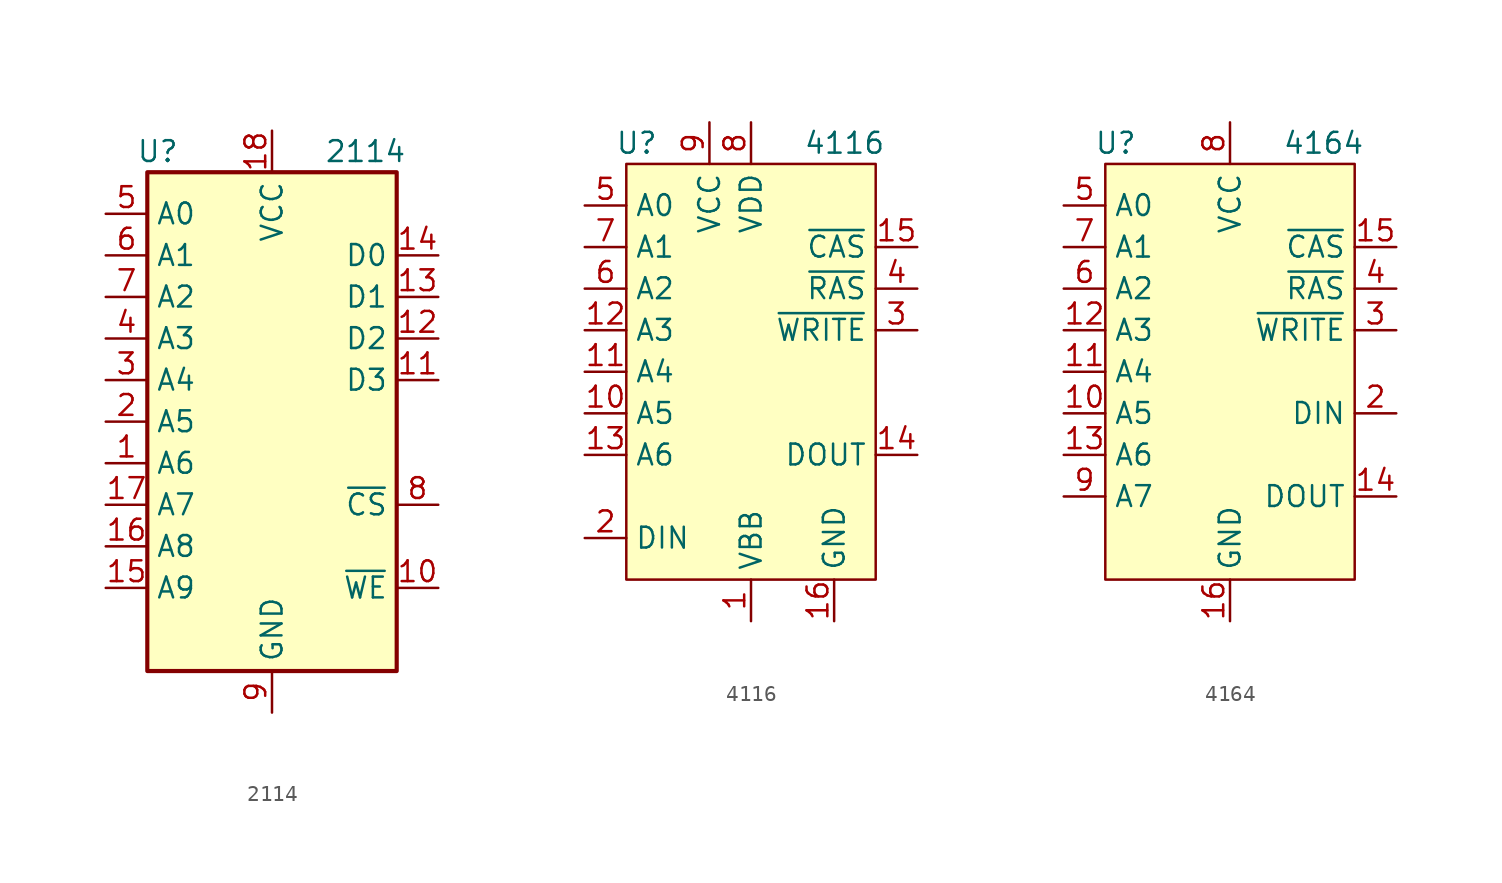
<source format=kicad_sym>
(kicad_symbol_lib
  (version 20220914)
  (generator kicad_symbol_editor)
  (symbol "2114"
    (property "Reference" "U"
      (at -6.985 16.51 0)
      (effects (font (size 1.27 1.27))))
    (property "Value" "2114"
      (at 5.715 16.51 0)
      (effects (font (size 1.27 1.27))))
    (symbol "2114_0_1"
      (rectangle (start -7.62 15.24) (end 7.62 -15.24) (stroke (width 0.254) (type solid)) (fill (type background))))
    (symbol "2114_1_1"
      (pin input line (at -10.16 -2.54 0) (length 2.54) (name "A6" (effects (font (size 1.27 1.27)))) (number "1" (effects (font (size 1.27 1.27)))))
      (pin input line (at 10.16 -10.16 180) (length 2.54) (name "~{WE}" (effects (font (size 1.27 1.27)))) (number "10" (effects (font (size 1.27 1.27)))))
      (pin bidirectional line (at 10.16 2.54 180) (length 2.54) (name "D3" (effects (font (size 1.27 1.27)))) (number "11" (effects (font (size 1.27 1.27)))))
      (pin bidirectional line (at 10.16 5.08 180) (length 2.54) (name "D2" (effects (font (size 1.27 1.27)))) (number "12" (effects (font (size 1.27 1.27)))))
      (pin bidirectional line (at 10.16 7.62 180) (length 2.54) (name "D1" (effects (font (size 1.27 1.27)))) (number "13" (effects (font (size 1.27 1.27)))))
      (pin bidirectional line (at 10.16 10.16 180) (length 2.54) (name "D0" (effects (font (size 1.27 1.27)))) (number "14" (effects (font (size 1.27 1.27)))))
      (pin input line (at -10.16 -10.16 0) (length 2.54) (name "A9" (effects (font (size 1.27 1.27)))) (number "15" (effects (font (size 1.27 1.27)))))
      (pin input line (at -10.16 -7.62 0) (length 2.54) (name "A8" (effects (font (size 1.27 1.27)))) (number "16" (effects (font (size 1.27 1.27)))))
      (pin input line (at -10.16 -5.08 0) (length 2.54) (name "A7" (effects (font (size 1.27 1.27)))) (number "17" (effects (font (size 1.27 1.27)))))
      (pin power_in line (at 0 17.78 270) (length 2.54) (name "VCC" (effects (font (size 1.27 1.27)))) (number "18" (effects (font (size 1.27 1.27)))))
      (pin input line (at -10.16 0 0) (length 2.54) (name "A5" (effects (font (size 1.27 1.27)))) (number "2" (effects (font (size 1.27 1.27)))))
      (pin input line (at -10.16 2.54 0) (length 2.54) (name "A4" (effects (font (size 1.27 1.27)))) (number "3" (effects (font (size 1.27 1.27)))))
      (pin input line (at -10.16 5.08 0) (length 2.54) (name "A3" (effects (font (size 1.27 1.27)))) (number "4" (effects (font (size 1.27 1.27)))))
      (pin input line (at -10.16 12.7 0) (length 2.54) (name "A0" (effects (font (size 1.27 1.27)))) (number "5" (effects (font (size 1.27 1.27)))))
      (pin input line (at -10.16 10.16 0) (length 2.54) (name "A1" (effects (font (size 1.27 1.27)))) (number "6" (effects (font (size 1.27 1.27)))))
      (pin input line (at -10.16 7.62 0) (length 2.54) (name "A2" (effects (font (size 1.27 1.27)))) (number "7" (effects (font (size 1.27 1.27)))))
      (pin input line (at 10.16 -5.08 180) (length 2.54) (name "~{CS}" (effects (font (size 1.27 1.27)))) (number "8" (effects (font (size 1.27 1.27)))))
      (pin power_in line (at 0 -17.78 90) (length 2.54) (name "GND" (effects (font (size 1.27 1.27)))) (number "9" (effects (font (size 1.27 1.27)))))))
  (symbol "4116"
    (property "Reference" "U"
      (at -6.985 13.97 0)
      (effects (font (size 1.27 1.27))))
    (property "Value" "4116"
      (at 5.715 13.97 0)
      (effects (font (size 1.27 1.27))))
    (symbol "4116_0_1"
      (rectangle (start -7.62 12.7) (end 7.62 -12.7) (stroke (width 0) (type solid)) (fill (type background))))
    (symbol "4116_1_1"
      (pin power_in line (at 0 -15.24 90) (length 2.54) (name "VBB" (effects (font (size 1.27 1.27)))) (number "1" (effects (font (size 1.27 1.27)))))
      (pin input line (at -10.16 -2.54 0) (length 2.54) (name "A5" (effects (font (size 1.27 1.27)))) (number "10" (effects (font (size 1.27 1.27)))))
      (pin input line (at -10.16 0 0) (length 2.54) (name "A4" (effects (font (size 1.27 1.27)))) (number "11" (effects (font (size 1.27 1.27)))))
      (pin input line (at -10.16 2.54 0) (length 2.54) (name "A3" (effects (font (size 1.27 1.27)))) (number "12" (effects (font (size 1.27 1.27)))))
      (pin input line (at -10.16 -5.08 0) (length 2.54) (name "A6" (effects (font (size 1.27 1.27)))) (number "13" (effects (font (size 1.27 1.27)))))
      (pin output line (at 10.16 -5.08 180) (length 2.54) (name "DOUT" (effects (font (size 1.27 1.27)))) (number "14" (effects (font (size 1.27 1.27)))))
      (pin input line (at 10.16 7.62 180) (length 2.54) (name "~{CAS}" (effects (font (size 1.27 1.27)))) (number "15" (effects (font (size 1.27 1.27)))))
      (pin power_in line (at 5.08 -15.24 90) (length 2.54) (name "GND" (effects (font (size 1.27 1.27)))) (number "16" (effects (font (size 1.27 1.27)))))
      (pin input line (at -10.16 -10.16 0) (length 2.54) (name "DIN" (effects (font (size 1.27 1.27)))) (number "2" (effects (font (size 1.27 1.27)))))
      (pin input line (at 10.16 2.54 180) (length 2.54) (name "~{WRITE}" (effects (font (size 1.27 1.27)))) (number "3" (effects (font (size 1.27 1.27)))))
      (pin input line (at 10.16 5.08 180) (length 2.54) (name "~{RAS}" (effects (font (size 1.27 1.27)))) (number "4" (effects (font (size 1.27 1.27)))))
      (pin input line (at -10.16 10.16 0) (length 2.54) (name "A0" (effects (font (size 1.27 1.27)))) (number "5" (effects (font (size 1.27 1.27)))))
      (pin input line (at -10.16 5.08 0) (length 2.54) (name "A2" (effects (font (size 1.27 1.27)))) (number "6" (effects (font (size 1.27 1.27)))))
      (pin input line (at -10.16 7.62 0) (length 2.54) (name "A1" (effects (font (size 1.27 1.27)))) (number "7" (effects (font (size 1.27 1.27)))))
      (pin power_in line (at 0 15.24 270) (length 2.54) (name "VDD" (effects (font (size 1.27 1.27)))) (number "8" (effects (font (size 1.27 1.27)))))
      (pin power_in line (at -2.54 15.24 270) (length 2.54) (name "VCC" (effects (font (size 1.27 1.27)))) (number "9" (effects (font (size 1.27 1.27)))))))
  (symbol "4164"
    (property "Reference" "U"
      (at -6.985 13.97 0)
      (effects (font (size 1.27 1.27))))
    (property "Value" "4164"
      (at 5.715 13.97 0)
      (effects (font (size 1.27 1.27))))
    (symbol "4164_0_1"
      (rectangle (start -7.62 12.7) (end 7.62 -12.7) (stroke (width 0) (type solid)) (fill (type background))))
    (symbol "4164_1_1"
      (pin no_connect line (at 7.62 -10.16 180) (length 2.54) hide (name "NC" (effects (font (size 1.27 1.27)))) (number "1" (effects (font (size 1.27 1.27)))))
      (pin input line (at -10.16 -2.54 0) (length 2.54) (name "A5" (effects (font (size 1.27 1.27)))) (number "10" (effects (font (size 1.27 1.27)))))
      (pin input line (at -10.16 0 0) (length 2.54) (name "A4" (effects (font (size 1.27 1.27)))) (number "11" (effects (font (size 1.27 1.27)))))
      (pin input line (at -10.16 2.54 0) (length 2.54) (name "A3" (effects (font (size 1.27 1.27)))) (number "12" (effects (font (size 1.27 1.27)))))
      (pin input line (at -10.16 -5.08 0) (length 2.54) (name "A6" (effects (font (size 1.27 1.27)))) (number "13" (effects (font (size 1.27 1.27)))))
      (pin output line (at 10.16 -7.62 180) (length 2.54) (name "DOUT" (effects (font (size 1.27 1.27)))) (number "14" (effects (font (size 1.27 1.27)))))
      (pin input line (at 10.16 7.62 180) (length 2.54) (name "~{CAS}" (effects (font (size 1.27 1.27)))) (number "15" (effects (font (size 1.27 1.27)))))
      (pin power_in line (at 0 -15.24 90) (length 2.54) (name "GND" (effects (font (size 1.27 1.27)))) (number "16" (effects (font (size 1.27 1.27)))))
      (pin input line (at 10.16 -2.54 180) (length 2.54) (name "DIN" (effects (font (size 1.27 1.27)))) (number "2" (effects (font (size 1.27 1.27)))))
      (pin input line (at 10.16 2.54 180) (length 2.54) (name "~{WRITE}" (effects (font (size 1.27 1.27)))) (number "3" (effects (font (size 1.27 1.27)))))
      (pin input line (at 10.16 5.08 180) (length 2.54) (name "~{RAS}" (effects (font (size 1.27 1.27)))) (number "4" (effects (font (size 1.27 1.27)))))
      (pin input line (at -10.16 10.16 0) (length 2.54) (name "A0" (effects (font (size 1.27 1.27)))) (number "5" (effects (font (size 1.27 1.27)))))
      (pin input line (at -10.16 5.08 0) (length 2.54) (name "A2" (effects (font (size 1.27 1.27)))) (number "6" (effects (font (size 1.27 1.27)))))
      (pin input line (at -10.16 7.62 0) (length 2.54) (name "A1" (effects (font (size 1.27 1.27)))) (number "7" (effects (font (size 1.27 1.27)))))
      (pin power_in line (at 0 15.24 270) (length 2.54) (name "VCC" (effects (font (size 1.27 1.27)))) (number "8" (effects (font (size 1.27 1.27)))))
      (pin input line (at -10.16 -7.62 0) (length 2.54) (name "A7" (effects (font (size 1.27 1.27)))) (number "9" (effects (font (size 1.27 1.27))))))))
</source>
